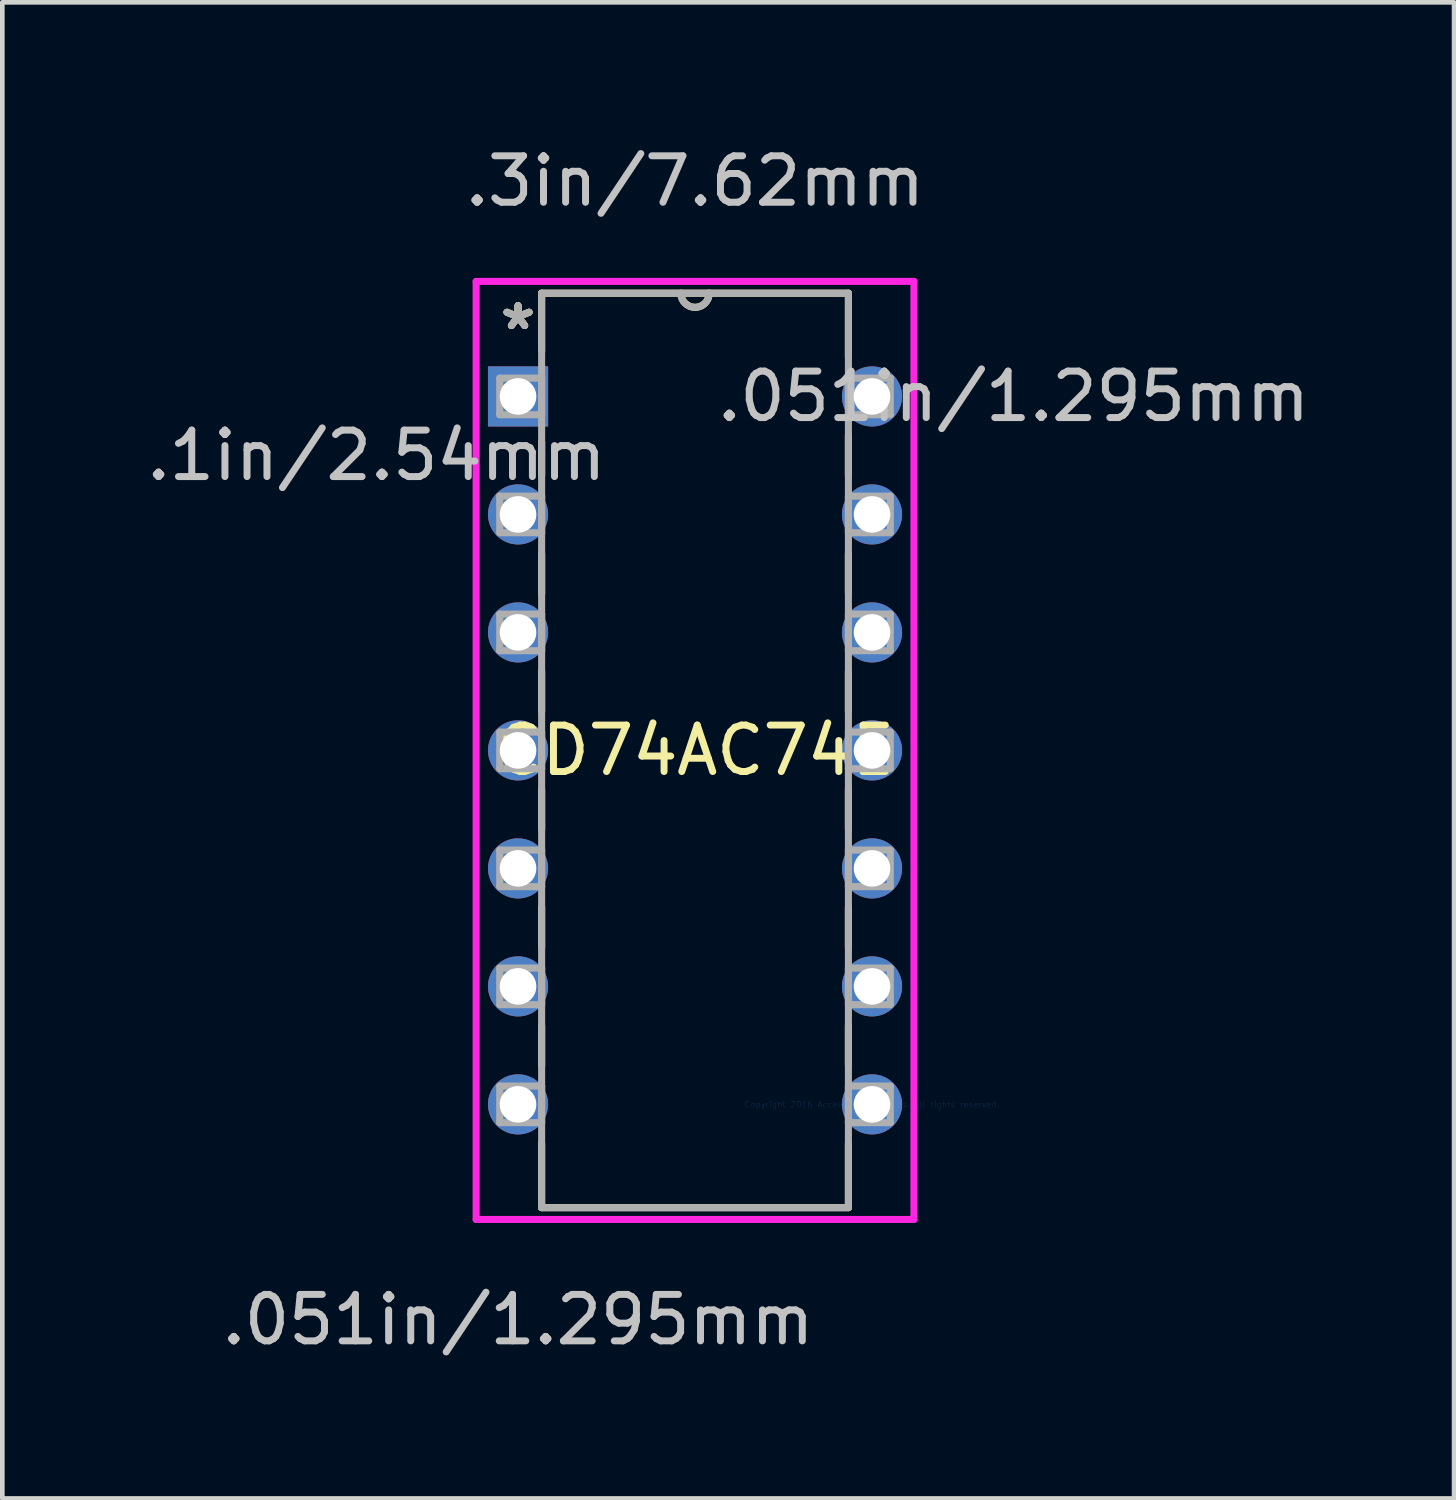
<source format=kicad_pcb>
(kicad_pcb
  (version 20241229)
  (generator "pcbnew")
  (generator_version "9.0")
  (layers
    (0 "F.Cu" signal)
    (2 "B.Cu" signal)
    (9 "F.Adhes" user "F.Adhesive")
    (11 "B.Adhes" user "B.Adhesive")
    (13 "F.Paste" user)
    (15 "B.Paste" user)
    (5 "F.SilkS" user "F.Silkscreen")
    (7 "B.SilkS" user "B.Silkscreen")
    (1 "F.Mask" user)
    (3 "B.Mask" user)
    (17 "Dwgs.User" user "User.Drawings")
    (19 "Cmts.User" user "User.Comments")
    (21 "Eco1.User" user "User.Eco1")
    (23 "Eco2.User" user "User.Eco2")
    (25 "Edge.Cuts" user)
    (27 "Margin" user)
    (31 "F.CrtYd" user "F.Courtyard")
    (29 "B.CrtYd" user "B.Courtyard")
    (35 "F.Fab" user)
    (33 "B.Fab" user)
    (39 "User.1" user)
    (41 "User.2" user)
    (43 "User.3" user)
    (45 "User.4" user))
  (footprint "CD74AC74E"
    (layer "F.Cu")
    (at 15.722 20.724)
    (property "Reference" "CD74AC74E" (at -3.81 -7.62 0) (layer "F.SilkS") (effects (font (size 1 1) (thickness 0.15))))
    (attr through_hole)
    (fp_line (start -7.112 -17.462) (end -7.112 -16.22) (stroke (width 0.152) (type solid)) (layer "F.SilkS"))
    (fp_line (start -7.112 -14.26) (end -7.112 -13.539) (stroke (width 0.152) (type solid)) (layer "F.SilkS"))
    (fp_line (start -7.112 -11.861) (end -7.112 -10.999) (stroke (width 0.152) (type solid)) (layer "F.SilkS"))
    (fp_line (start -7.112 -9.321) (end -7.112 -8.459) (stroke (width 0.152) (type solid)) (layer "F.SilkS"))
    (fp_line (start -7.112 -6.781) (end -7.112 -5.919) (stroke (width 0.152) (type solid)) (layer "F.SilkS"))
    (fp_line (start -7.112 -4.241) (end -7.112 -3.379) (stroke (width 0.152) (type solid)) (layer "F.SilkS"))
    (fp_line (start -7.112 -1.701) (end -7.112 -0.839) (stroke (width 0.152) (type solid)) (layer "F.SilkS"))
    (fp_line (start -7.112 0.839) (end -7.112 2.223) (stroke (width 0.152) (type solid)) (layer "F.SilkS"))
    (fp_line (start -7.112 2.223) (end -0.508 2.223) (stroke (width 0.152) (type solid)) (layer "F.SilkS"))
    (fp_line (start -0.508 -17.462) (end -7.112 -17.462) (stroke (width 0.152) (type solid)) (layer "F.SilkS"))
    (fp_line (start -0.508 -16.079) (end -0.508 -17.462) (stroke (width 0.152) (type solid)) (layer "F.SilkS"))
    (fp_line (start -0.508 -13.539) (end -0.508 -14.401) (stroke (width 0.152) (type solid)) (layer "F.SilkS"))
    (fp_line (start -0.508 -10.999) (end -0.508 -11.861) (stroke (width 0.152) (type solid)) (layer "F.SilkS"))
    (fp_line (start -0.508 -8.459) (end -0.508 -9.321) (stroke (width 0.152) (type solid)) (layer "F.SilkS"))
    (fp_line (start -0.508 -5.919) (end -0.508 -6.781) (stroke (width 0.152) (type solid)) (layer "F.SilkS"))
    (fp_line (start -0.508 -3.379) (end -0.508 -4.241) (stroke (width 0.152) (type solid)) (layer "F.SilkS"))
    (fp_line (start -0.508 -0.839) (end -0.508 -1.701) (stroke (width 0.152) (type solid)) (layer "F.SilkS"))
    (fp_line (start -0.508 2.223) (end -0.508 0.839) (stroke (width 0.152) (type solid)) (layer "F.SilkS"))
    (fp_arc (start -3.5052 -17.4625) (mid -3.81 -17.1577) (end -4.1148 -17.4625) (stroke (width 0.1524) (type solid)) (layer "F.SilkS"))
    (fp_line (start -8.522 -17.716) (end 0.902 -17.716) (stroke (width 0.152) (type solid)) (layer "F.CrtYd"))
    (fp_line (start -8.522 2.477) (end -8.522 -17.716) (stroke (width 0.152) (type solid)) (layer "F.CrtYd"))
    (fp_line (start 0.902 -17.716) (end 0.902 2.477) (stroke (width 0.152) (type solid)) (layer "F.CrtYd"))
    (fp_line (start 0.902 2.477) (end -8.522 2.477) (stroke (width 0.152) (type solid)) (layer "F.CrtYd"))
    (fp_line (start -8.014 -15.634) (end -8.014 -14.846) (stroke (width 0.152) (type solid)) (layer "F.Fab"))
    (fp_line (start -8.014 -14.846) (end -7.112 -14.846) (stroke (width 0.152) (type solid)) (layer "F.Fab"))
    (fp_line (start -8.014 -13.094) (end -8.014 -12.306) (stroke (width 0.152) (type solid)) (layer "F.Fab"))
    (fp_line (start -8.014 -12.306) (end -7.112 -12.306) (stroke (width 0.152) (type solid)) (layer "F.Fab"))
    (fp_line (start -8.014 -10.554) (end -8.014 -9.766) (stroke (width 0.152) (type solid)) (layer "F.Fab"))
    (fp_line (start -8.014 -9.766) (end -7.112 -9.766) (stroke (width 0.152) (type solid)) (layer "F.Fab"))
    (fp_line (start -8.014 -8.014) (end -8.014 -7.226) (stroke (width 0.152) (type solid)) (layer "F.Fab"))
    (fp_line (start -8.014 -7.226) (end -7.112 -7.226) (stroke (width 0.152) (type solid)) (layer "F.Fab"))
    (fp_line (start -8.014 -5.474) (end -8.014 -4.686) (stroke (width 0.152) (type solid)) (layer "F.Fab"))
    (fp_line (start -8.014 -4.686) (end -7.112 -4.686) (stroke (width 0.152) (type solid)) (layer "F.Fab"))
    (fp_line (start -8.014 -2.934) (end -8.014 -2.146) (stroke (width 0.152) (type solid)) (layer "F.Fab"))
    (fp_line (start -8.014 -2.146) (end -7.112 -2.146) (stroke (width 0.152) (type solid)) (layer "F.Fab"))
    (fp_line (start -8.014 -0.394) (end -8.014 0.394) (stroke (width 0.152) (type solid)) (layer "F.Fab"))
    (fp_line (start -8.014 0.394) (end -7.112 0.394) (stroke (width 0.152) (type solid)) (layer "F.Fab"))
    (fp_line (start -7.112 -17.462) (end -7.112 2.223) (stroke (width 0.152) (type solid)) (layer "F.Fab"))
    (fp_line (start -7.112 -15.634) (end -8.014 -15.634) (stroke (width 0.152) (type solid)) (layer "F.Fab"))
    (fp_line (start -7.112 -14.846) (end -7.112 -15.634) (stroke (width 0.152) (type solid)) (layer "F.Fab"))
    (fp_line (start -7.112 -13.094) (end -8.014 -13.094) (stroke (width 0.152) (type solid)) (layer "F.Fab"))
    (fp_line (start -7.112 -12.306) (end -7.112 -13.094) (stroke (width 0.152) (type solid)) (layer "F.Fab"))
    (fp_line (start -7.112 -10.554) (end -8.014 -10.554) (stroke (width 0.152) (type solid)) (layer "F.Fab"))
    (fp_line (start -7.112 -9.766) (end -7.112 -10.554) (stroke (width 0.152) (type solid)) (layer "F.Fab"))
    (fp_line (start -7.112 -8.014) (end -8.014 -8.014) (stroke (width 0.152) (type solid)) (layer "F.Fab"))
    (fp_line (start -7.112 -7.226) (end -7.112 -8.014) (stroke (width 0.152) (type solid)) (layer "F.Fab"))
    (fp_line (start -7.112 -5.474) (end -8.014 -5.474) (stroke (width 0.152) (type solid)) (layer "F.Fab"))
    (fp_line (start -7.112 -4.686) (end -7.112 -5.474) (stroke (width 0.152) (type solid)) (layer "F.Fab"))
    (fp_line (start -7.112 -2.934) (end -8.014 -2.934) (stroke (width 0.152) (type solid)) (layer "F.Fab"))
    (fp_line (start -7.112 -2.146) (end -7.112 -2.934) (stroke (width 0.152) (type solid)) (layer "F.Fab"))
    (fp_line (start -7.112 -0.394) (end -8.014 -0.394) (stroke (width 0.152) (type solid)) (layer "F.Fab"))
    (fp_line (start -7.112 0.394) (end -7.112 -0.394) (stroke (width 0.152) (type solid)) (layer "F.Fab"))
    (fp_line (start -7.112 2.223) (end -0.508 2.223) (stroke (width 0.152) (type solid)) (layer "F.Fab"))
    (fp_line (start -0.508 -17.462) (end -7.112 -17.462) (stroke (width 0.152) (type solid)) (layer "F.Fab"))
    (fp_line (start -0.508 -15.634) (end -0.508 -14.846) (stroke (width 0.152) (type solid)) (layer "F.Fab"))
    (fp_line (start -0.508 -14.846) (end 0.394 -14.846) (stroke (width 0.152) (type solid)) (layer "F.Fab"))
    (fp_line (start -0.508 -13.094) (end -0.508 -12.306) (stroke (width 0.152) (type solid)) (layer "F.Fab"))
    (fp_line (start -0.508 -12.306) (end 0.394 -12.306) (stroke (width 0.152) (type solid)) (layer "F.Fab"))
    (fp_line (start -0.508 -10.554) (end -0.508 -9.766) (stroke (width 0.152) (type solid)) (layer "F.Fab"))
    (fp_line (start -0.508 -9.766) (end 0.394 -9.766) (stroke (width 0.152) (type solid)) (layer "F.Fab"))
    (fp_line (start -0.508 -8.014) (end -0.508 -7.226) (stroke (width 0.152) (type solid)) (layer "F.Fab"))
    (fp_line (start -0.508 -7.226) (end 0.394 -7.226) (stroke (width 0.152) (type solid)) (layer "F.Fab"))
    (fp_line (start -0.508 -5.474) (end -0.508 -4.686) (stroke (width 0.152) (type solid)) (layer "F.Fab"))
    (fp_line (start -0.508 -4.686) (end 0.394 -4.686) (stroke (width 0.152) (type solid)) (layer "F.Fab"))
    (fp_line (start -0.508 -2.934) (end -0.508 -2.146) (stroke (width 0.152) (type solid)) (layer "F.Fab"))
    (fp_line (start -0.508 -2.146) (end 0.394 -2.146) (stroke (width 0.152) (type solid)) (layer "F.Fab"))
    (fp_line (start -0.508 -0.394) (end -0.508 0.394) (stroke (width 0.152) (type solid)) (layer "F.Fab"))
    (fp_line (start -0.508 0.394) (end 0.394 0.394) (stroke (width 0.152) (type solid)) (layer "F.Fab"))
    (fp_line (start -0.508 2.223) (end -0.508 -17.462) (stroke (width 0.152) (type solid)) (layer "F.Fab"))
    (fp_line (start 0.394 -15.634) (end -0.508 -15.634) (stroke (width 0.152) (type solid)) (layer "F.Fab"))
    (fp_line (start 0.394 -14.846) (end 0.394 -15.634) (stroke (width 0.152) (type solid)) (layer "F.Fab"))
    (fp_line (start 0.394 -13.094) (end -0.508 -13.094) (stroke (width 0.152) (type solid)) (layer "F.Fab"))
    (fp_line (start 0.394 -12.306) (end 0.394 -13.094) (stroke (width 0.152) (type solid)) (layer "F.Fab"))
    (fp_line (start 0.394 -10.554) (end -0.508 -10.554) (stroke (width 0.152) (type solid)) (layer "F.Fab"))
    (fp_line (start 0.394 -9.766) (end 0.394 -10.554) (stroke (width 0.152) (type solid)) (layer "F.Fab"))
    (fp_line (start 0.394 -8.014) (end -0.508 -8.014) (stroke (width 0.152) (type solid)) (layer "F.Fab"))
    (fp_line (start 0.394 -7.226) (end 0.394 -8.014) (stroke (width 0.152) (type solid)) (layer "F.Fab"))
    (fp_line (start 0.394 -5.474) (end -0.508 -5.474) (stroke (width 0.152) (type solid)) (layer "F.Fab"))
    (fp_line (start 0.394 -4.686) (end 0.394 -5.474) (stroke (width 0.152) (type solid)) (layer "F.Fab"))
    (fp_line (start 0.394 -2.934) (end -0.508 -2.934) (stroke (width 0.152) (type solid)) (layer "F.Fab"))
    (fp_line (start 0.394 -2.146) (end 0.394 -2.934) (stroke (width 0.152) (type solid)) (layer "F.Fab"))
    (fp_line (start 0.394 -0.394) (end -0.508 -0.394) (stroke (width 0.152) (type solid)) (layer "F.Fab"))
    (fp_line (start 0.394 0.394) (end 0.394 -0.394) (stroke (width 0.152) (type solid)) (layer "F.Fab"))
    (fp_arc (start -3.5052 -17.4625) (mid -3.81 -17.1577) (end -4.1148 -17.4625) (stroke (width 0.1524) (type solid)) (layer "F.Fab"))
    (fp_text user "*" (at -7.62 -16.65 0) (layer "F.SilkS") (effects (font (size 1 1) (thickness 0.15))))
    (fp_text user "*" (at -7.62 -16.65 0) (layer "F.SilkS") (effects (font (size 1 1) (thickness 0.15))))
    (fp_text user ".1in/2.54mm" (at -10.668 -13.97 0) (layer "Dwgs.User") (effects (font (size 1 1) (thickness 0.15))))
    (fp_text user ".051in/1.295mm" (at 3.048 -15.24 0) (layer "Dwgs.User") (effects (font (size 1 1) (thickness 0.15))))
    (fp_text user ".051in/1.295mm" (at -7.62 4.636 0) (layer "Dwgs.User") (effects (font (size 1 1) (thickness 0.15))))
    (fp_text user ".3in/7.62mm" (at -3.81 -19.875 0) (layer "Dwgs.User") (effects (font (size 1 1) (thickness 0.15))))
    (fp_text user "Copyright 2016 Accelerated Designs. All rights reserved." (at 0 0 0) (layer "Cmts.User") (effects (font (size 0.127 0.127) (thickness 0.002))))
    (fp_text user "*" (at -7.62 -16.65 0) (layer "F.Fab") (effects (font (size 1 1) (thickness 0.15))))
    (fp_text user "*" (at -7.62 -16.65 0) (layer "F.Fab") (effects (font (size 1 1) (thickness 0.15))))
    (pad "1" thru_hole rect (at -7.62 -15.24) (size 1.295 1.295) (drill 0.787) (layers "*.Cu" "*.Mask"))
    (pad "2" thru_hole circle (at -7.62 -12.7) (size 1.295 1.295) (drill 0.787) (layers "*.Cu" "*.Mask"))
    (pad "3" thru_hole circle (at -7.62 -10.16) (size 1.295 1.295) (drill 0.787) (layers "*.Cu" "*.Mask"))
    (pad "4" thru_hole circle (at -7.62 -7.62) (size 1.295 1.295) (drill 0.787) (layers "*.Cu" "*.Mask"))
    (pad "5" thru_hole circle (at -7.62 -5.08) (size 1.295 1.295) (drill 0.787) (layers "*.Cu" "*.Mask"))
    (pad "6" thru_hole circle (at -7.62 -2.54) (size 1.295 1.295) (drill 0.787) (layers "*.Cu" "*.Mask"))
    (pad "7" thru_hole circle (at -7.62 0) (size 1.295 1.295) (drill 0.787) (layers "*.Cu" "*.Mask"))
    (pad "8" thru_hole circle (at 0 0) (size 1.295 1.295) (drill 0.787) (layers "*.Cu" "*.Mask"))
    (pad "9" thru_hole circle (at 0 -2.54) (size 1.295 1.295) (drill 0.787) (layers "*.Cu" "*.Mask"))
    (pad "10" thru_hole circle (at 0 -5.08) (size 1.295 1.295) (drill 0.787) (layers "*.Cu" "*.Mask"))
    (pad "11" thru_hole circle (at 0 -7.62) (size 1.295 1.295) (drill 0.787) (layers "*.Cu" "*.Mask"))
    (pad "12" thru_hole circle (at 0 -10.16) (size 1.295 1.295) (drill 0.787) (layers "*.Cu" "*.Mask"))
    (pad "13" thru_hole circle (at 0 -12.7) (size 1.295 1.295) (drill 0.787) (layers "*.Cu" "*.Mask"))
    (pad "14" thru_hole circle (at 0 -15.24) (size 1.295 1.295) (drill 0.787) (layers "*.Cu" "*.Mask")))
  (gr_rect
    (start -3 -3)
    (end 28.252 29.207)
    (stroke (width 0.1) (type default))
    (fill no)
    (layer "Edge.Cuts")))
</source>
